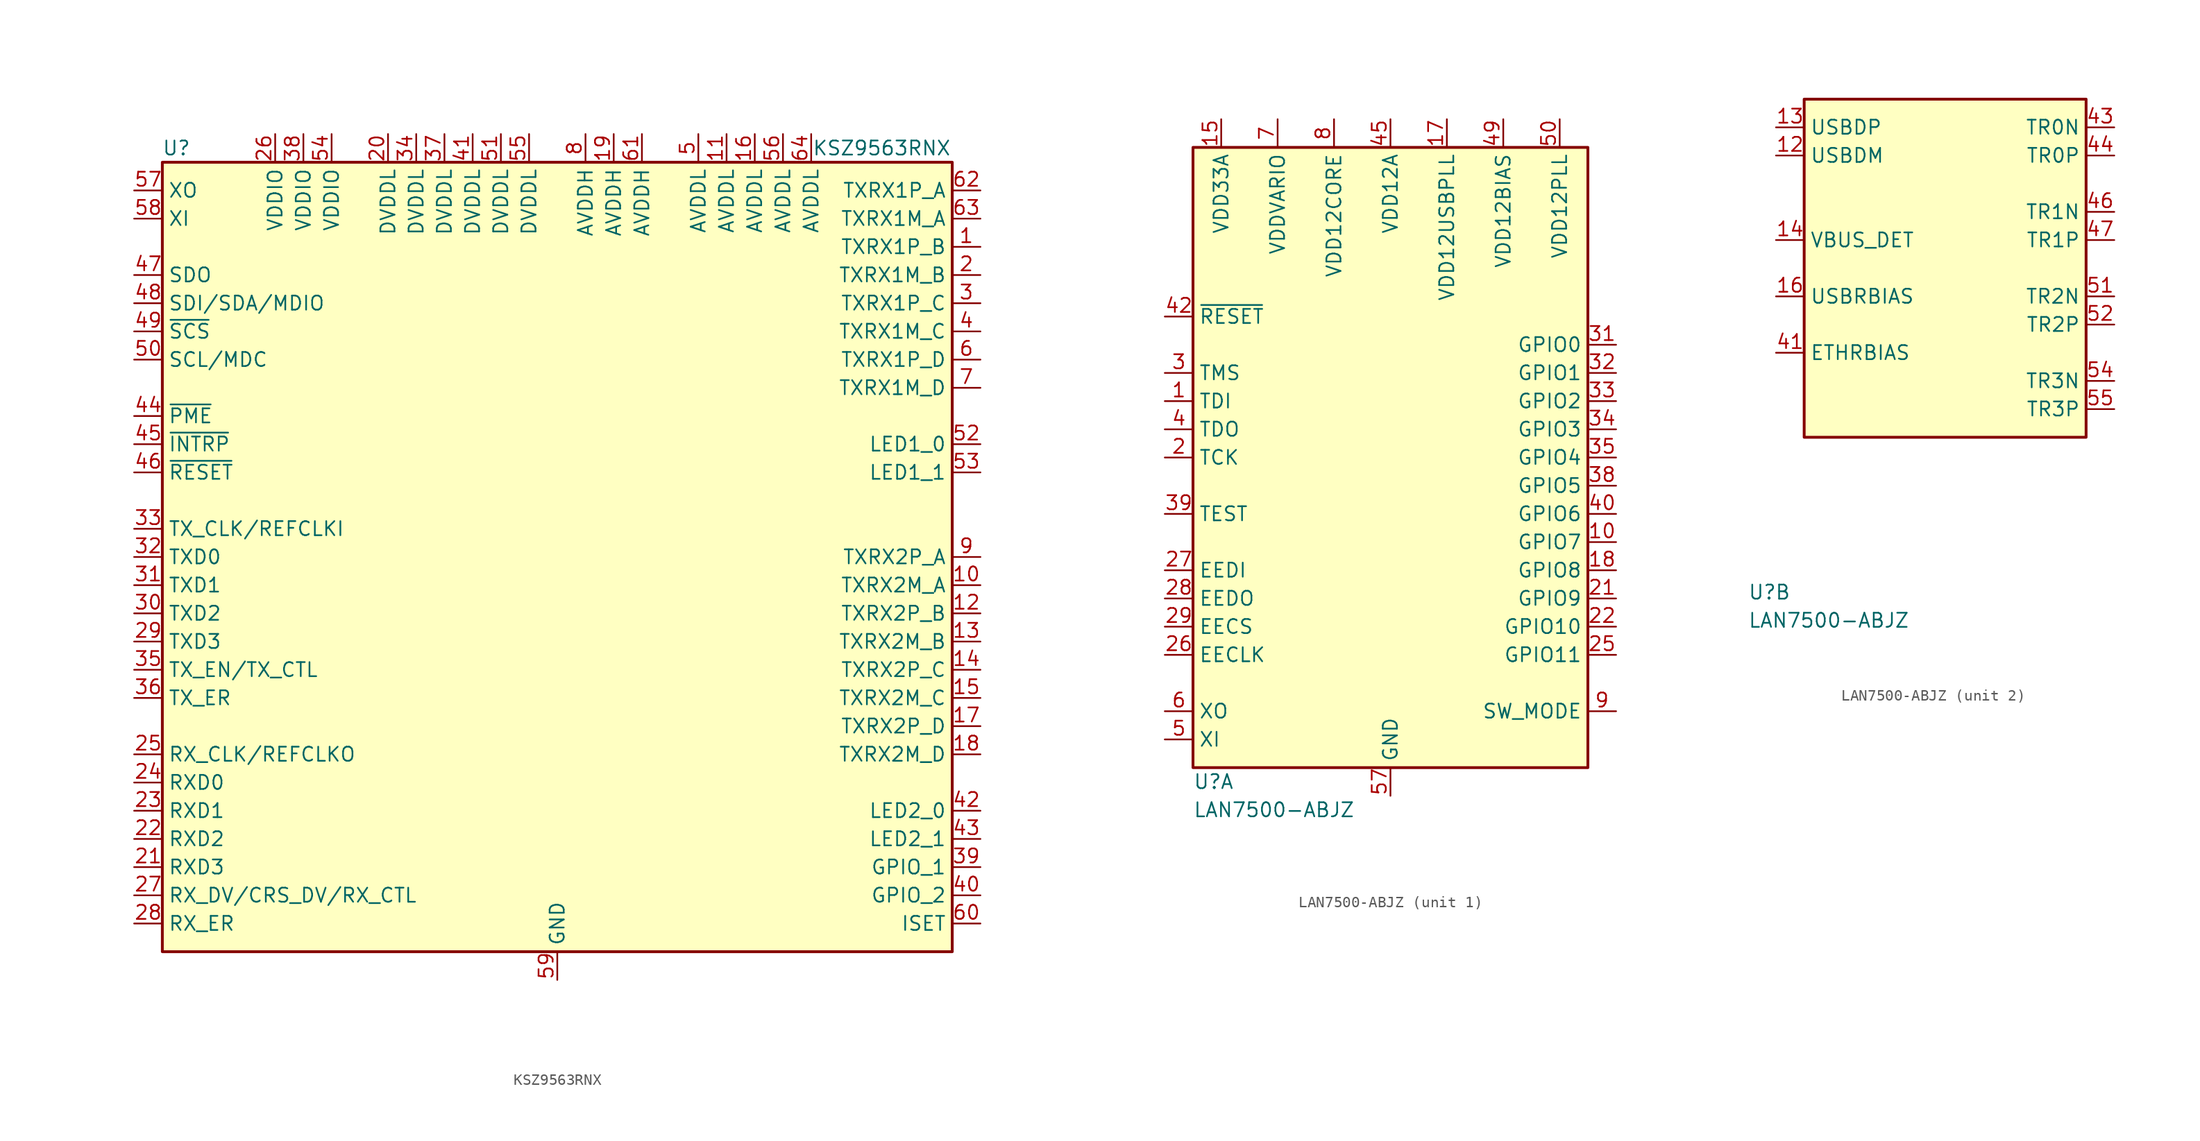
<source format=kicad_sym>
(kicad_symbol_lib
  (version 20201005)
  (generator kicad_symbol_editor)
  (symbol "KSZ9563RNX"
    (property "Reference" "U"
      (at -34.29 36.83 0)
      (effects (font (size 1.27 1.27))))
    (property "Value" "KSZ9563RNX"
      (at 29.21 36.83 0)
      (effects (font (size 1.27 1.27))))
    (symbol "KSZ9563RNX_0_1"
      (rectangle (start 35.56 -35.56) (end -35.56 35.56) (stroke (width 0.254)) (fill (type background))))
    (symbol "KSZ9563RNX_1_1"
      (pin passive line (at 38.1 27.94 180) (length 2.54) (name "TXRX1P_B" (effects (font (size 1.27 1.27)))) (number "1" (effects (font (size 1.27 1.27)))))
      (pin passive line (at 38.1 -2.54 180) (length 2.54) (name "TXRX2M_A" (effects (font (size 1.27 1.27)))) (number "10" (effects (font (size 1.27 1.27)))))
      (pin power_in line (at 15.24 38.1 270) (length 2.54) (name "AVDDL" (effects (font (size 1.27 1.27)))) (number "11" (effects (font (size 1.27 1.27)))))
      (pin passive line (at 38.1 -5.08 180) (length 2.54) (name "TXRX2P_B" (effects (font (size 1.27 1.27)))) (number "12" (effects (font (size 1.27 1.27)))))
      (pin passive line (at 38.1 -7.62 180) (length 2.54) (name "TXRX2M_B" (effects (font (size 1.27 1.27)))) (number "13" (effects (font (size 1.27 1.27)))))
      (pin passive line (at 38.1 -10.16 180) (length 2.54) (name "TXRX2P_C" (effects (font (size 1.27 1.27)))) (number "14" (effects (font (size 1.27 1.27)))))
      (pin passive line (at 38.1 -12.7 180) (length 2.54) (name "TXRX2M_C" (effects (font (size 1.27 1.27)))) (number "15" (effects (font (size 1.27 1.27)))))
      (pin power_in line (at 17.78 38.1 270) (length 2.54) (name "AVDDL" (effects (font (size 1.27 1.27)))) (number "16" (effects (font (size 1.27 1.27)))))
      (pin passive line (at 38.1 -15.24 180) (length 2.54) (name "TXRX2P_D" (effects (font (size 1.27 1.27)))) (number "17" (effects (font (size 1.27 1.27)))))
      (pin passive line (at 38.1 -17.78 180) (length 2.54) (name "TXRX2M_D" (effects (font (size 1.27 1.27)))) (number "18" (effects (font (size 1.27 1.27)))))
      (pin power_in line (at 5.08 38.1 270) (length 2.54) (name "AVDDH" (effects (font (size 1.27 1.27)))) (number "19" (effects (font (size 1.27 1.27)))))
      (pin passive line (at 38.1 25.4 180) (length 2.54) (name "TXRX1M_B" (effects (font (size 1.27 1.27)))) (number "2" (effects (font (size 1.27 1.27)))))
      (pin power_in line (at -15.24 38.1 270) (length 2.54) (name "DVDDL" (effects (font (size 1.27 1.27)))) (number "20" (effects (font (size 1.27 1.27)))))
      (pin output line (at -38.1 -27.94 0) (length 2.54) (name "RXD3" (effects (font (size 1.27 1.27)))) (number "21" (effects (font (size 1.27 1.27)))))
      (pin output line (at -38.1 -25.4 0) (length 2.54) (name "RXD2" (effects (font (size 1.27 1.27)))) (number "22" (effects (font (size 1.27 1.27)))))
      (pin output line (at -38.1 -22.86 0) (length 2.54) (name "RXD1" (effects (font (size 1.27 1.27)))) (number "23" (effects (font (size 1.27 1.27)))))
      (pin output line (at -38.1 -20.32 0) (length 2.54) (name "RXD0" (effects (font (size 1.27 1.27)))) (number "24" (effects (font (size 1.27 1.27)))))
      (pin bidirectional line (at -38.1 -17.78 0) (length 2.54) (name "RX_CLK/REFCLKO" (effects (font (size 1.27 1.27)))) (number "25" (effects (font (size 1.27 1.27)))))
      (pin power_in line (at -25.4 38.1 270) (length 2.54) (name "VDDIO" (effects (font (size 1.27 1.27)))) (number "26" (effects (font (size 1.27 1.27)))))
      (pin output line (at -38.1 -30.48 0) (length 2.54) (name "RX_DV/CRS_DV/RX_CTL" (effects (font (size 1.27 1.27)))) (number "27" (effects (font (size 1.27 1.27)))))
      (pin output line (at -38.1 -33.02 0) (length 2.54) (name "RX_ER" (effects (font (size 1.27 1.27)))) (number "28" (effects (font (size 1.27 1.27)))))
      (pin input line (at -38.1 -7.62 0) (length 2.54) (name "TXD3" (effects (font (size 1.27 1.27)))) (number "29" (effects (font (size 1.27 1.27)))))
      (pin passive line (at 38.1 22.86 180) (length 2.54) (name "TXRX1P_C" (effects (font (size 1.27 1.27)))) (number "3" (effects (font (size 1.27 1.27)))))
      (pin input line (at -38.1 -5.08 0) (length 2.54) (name "TXD2" (effects (font (size 1.27 1.27)))) (number "30" (effects (font (size 1.27 1.27)))))
      (pin input line (at -38.1 -2.54 0) (length 2.54) (name "TXD1" (effects (font (size 1.27 1.27)))) (number "31" (effects (font (size 1.27 1.27)))))
      (pin input line (at -38.1 0 0) (length 2.54) (name "TXD0" (effects (font (size 1.27 1.27)))) (number "32" (effects (font (size 1.27 1.27)))))
      (pin bidirectional line (at -38.1 2.54 0) (length 2.54) (name "TX_CLK/REFCLKI" (effects (font (size 1.27 1.27)))) (number "33" (effects (font (size 1.27 1.27)))))
      (pin power_in line (at -12.7 38.1 270) (length 2.54) (name "DVDDL" (effects (font (size 1.27 1.27)))) (number "34" (effects (font (size 1.27 1.27)))))
      (pin input line (at -38.1 -10.16 0) (length 2.54) (name "TX_EN/TX_CTL" (effects (font (size 1.27 1.27)))) (number "35" (effects (font (size 1.27 1.27)))))
      (pin input line (at -38.1 -12.7 0) (length 2.54) (name "TX_ER" (effects (font (size 1.27 1.27)))) (number "36" (effects (font (size 1.27 1.27)))))
      (pin power_in line (at -10.16 38.1 270) (length 2.54) (name "DVDDL" (effects (font (size 1.27 1.27)))) (number "37" (effects (font (size 1.27 1.27)))))
      (pin power_in line (at -22.86 38.1 270) (length 2.54) (name "VDDIO" (effects (font (size 1.27 1.27)))) (number "38" (effects (font (size 1.27 1.27)))))
      (pin bidirectional line (at 38.1 -27.94 180) (length 2.54) (name "GPIO_1" (effects (font (size 1.27 1.27)))) (number "39" (effects (font (size 1.27 1.27)))))
      (pin passive line (at 38.1 20.32 180) (length 2.54) (name "TXRX1M_C" (effects (font (size 1.27 1.27)))) (number "4" (effects (font (size 1.27 1.27)))))
      (pin bidirectional line (at 38.1 -30.48 180) (length 2.54) (name "GPIO_2" (effects (font (size 1.27 1.27)))) (number "40" (effects (font (size 1.27 1.27)))))
      (pin power_in line (at -7.62 38.1 270) (length 2.54) (name "DVDDL" (effects (font (size 1.27 1.27)))) (number "41" (effects (font (size 1.27 1.27)))))
      (pin output line (at 38.1 -22.86 180) (length 2.54) (name "LED2_0" (effects (font (size 1.27 1.27)))) (number "42" (effects (font (size 1.27 1.27)))))
      (pin output line (at 38.1 -25.4 180) (length 2.54) (name "LED2_1" (effects (font (size 1.27 1.27)))) (number "43" (effects (font (size 1.27 1.27)))))
      (pin output line (at -38.1 12.7 0) (length 2.54) (name "~PME" (effects (font (size 1.27 1.27)))) (number "44" (effects (font (size 1.27 1.27)))))
      (pin open_collector line (at -38.1 10.16 0) (length 2.54) (name "~INTRP" (effects (font (size 1.27 1.27)))) (number "45" (effects (font (size 1.27 1.27)))))
      (pin input line (at -38.1 7.62 0) (length 2.54) (name "~RESET" (effects (font (size 1.27 1.27)))) (number "46" (effects (font (size 1.27 1.27)))))
      (pin output line (at -38.1 25.4 0) (length 2.54) (name "SDO" (effects (font (size 1.27 1.27)))) (number "47" (effects (font (size 1.27 1.27)))))
      (pin bidirectional line (at -38.1 22.86 0) (length 2.54) (name "SDI/SDA/MDIO" (effects (font (size 1.27 1.27)))) (number "48" (effects (font (size 1.27 1.27)))))
      (pin input line (at -38.1 20.32 0) (length 2.54) (name "~SCS" (effects (font (size 1.27 1.27)))) (number "49" (effects (font (size 1.27 1.27)))))
      (pin power_in line (at 12.7 38.1 270) (length 2.54) (name "AVDDL" (effects (font (size 1.27 1.27)))) (number "5" (effects (font (size 1.27 1.27)))))
      (pin input line (at -38.1 17.78 0) (length 2.54) (name "SCL/MDC" (effects (font (size 1.27 1.27)))) (number "50" (effects (font (size 1.27 1.27)))))
      (pin power_in line (at -5.08 38.1 270) (length 2.54) (name "DVDDL" (effects (font (size 1.27 1.27)))) (number "51" (effects (font (size 1.27 1.27)))))
      (pin output line (at 38.1 10.16 180) (length 2.54) (name "LED1_0" (effects (font (size 1.27 1.27)))) (number "52" (effects (font (size 1.27 1.27)))))
      (pin output line (at 38.1 7.62 180) (length 2.54) (name "LED1_1" (effects (font (size 1.27 1.27)))) (number "53" (effects (font (size 1.27 1.27)))))
      (pin power_in line (at -20.32 38.1 270) (length 2.54) (name "VDDIO" (effects (font (size 1.27 1.27)))) (number "54" (effects (font (size 1.27 1.27)))))
      (pin power_in line (at -2.54 38.1 270) (length 2.54) (name "DVDDL" (effects (font (size 1.27 1.27)))) (number "55" (effects (font (size 1.27 1.27)))))
      (pin power_in line (at 20.32 38.1 270) (length 2.54) (name "AVDDL" (effects (font (size 1.27 1.27)))) (number "56" (effects (font (size 1.27 1.27)))))
      (pin output line (at -38.1 33.02 0) (length 2.54) (name "XO" (effects (font (size 1.27 1.27)))) (number "57" (effects (font (size 1.27 1.27)))))
      (pin input line (at -38.1 30.48 0) (length 2.54) (name "XI" (effects (font (size 1.27 1.27)))) (number "58" (effects (font (size 1.27 1.27)))))
      (pin power_in line (at 0 -38.1 90) (length 2.54) (name "GND" (effects (font (size 1.27 1.27)))) (number "59" (effects (font (size 1.27 1.27)))))
      (pin passive line (at 38.1 17.78 180) (length 2.54) (name "TXRX1P_D" (effects (font (size 1.27 1.27)))) (number "6" (effects (font (size 1.27 1.27)))))
      (pin passive line (at 38.1 -33.02 180) (length 2.54) (name "ISET" (effects (font (size 1.27 1.27)))) (number "60" (effects (font (size 1.27 1.27)))))
      (pin power_in line (at 7.62 38.1 270) (length 2.54) (name "AVDDH" (effects (font (size 1.27 1.27)))) (number "61" (effects (font (size 1.27 1.27)))))
      (pin passive line (at 38.1 33.02 180) (length 2.54) (name "TXRX1P_A" (effects (font (size 1.27 1.27)))) (number "62" (effects (font (size 1.27 1.27)))))
      (pin passive line (at 38.1 30.48 180) (length 2.54) (name "TXRX1M_A" (effects (font (size 1.27 1.27)))) (number "63" (effects (font (size 1.27 1.27)))))
      (pin power_in line (at 22.86 38.1 270) (length 2.54) (name "AVDDL" (effects (font (size 1.27 1.27)))) (number "64" (effects (font (size 1.27 1.27)))))
      (pin passive line (at 0 -38.1 90) (length 2.54) hide (name "GND" (effects (font (size 1.27 1.27)))) (number "65" (effects (font (size 1.27 1.27)))))
      (pin passive line (at 38.1 15.24 180) (length 2.54) (name "TXRX1M_D" (effects (font (size 1.27 1.27)))) (number "7" (effects (font (size 1.27 1.27)))))
      (pin power_in line (at 2.54 38.1 270) (length 2.54) (name "AVDDH" (effects (font (size 1.27 1.27)))) (number "8" (effects (font (size 1.27 1.27)))))
      (pin passive line (at 38.1 0 180) (length 2.54) (name "TXRX2P_A" (effects (font (size 1.27 1.27)))) (number "9" (effects (font (size 1.27 1.27)))))))
  (symbol "LAN7500-ABJZ"
    (property "Reference" "U"
      (at -17.78 -29.21 0)
      (effects (font (size 1.27 1.27)) (justify left)))
    (property "Value" "LAN7500-ABJZ"
      (at -17.78 -31.75 0)
      (effects (font (size 1.27 1.27)) (justify left)))
    (property "ki_locked" ""
      (at 0 0 0)
      (effects (font (size 1.27 1.27))))
    (symbol "LAN7500-ABJZ_1_1"
      (rectangle (start -17.78 27.94) (end 17.78 -27.94) (stroke (width 0.254)) (fill (type background)))
      (pin input line (at -20.32 5.08 0) (length 2.54) (name "TDI" (effects (font (size 1.27 1.27)))) (number "1" (effects (font (size 1.27 1.27)))))
      (pin bidirectional line (at 20.32 -7.62 180) (length 2.54) (name "GPIO7" (effects (font (size 1.27 1.27)))) (number "10" (effects (font (size 1.27 1.27)))))
      (pin passive line (at -5.08 30.48 270) (length 2.54) hide (name "VDD12CORE" (effects (font (size 1.27 1.27)))) (number "11" (effects (font (size 1.27 1.27)))))
      (pin power_in line (at -15.24 30.48 270) (length 2.54) (name "VDD33A" (effects (font (size 1.27 1.27)))) (number "15" (effects (font (size 1.27 1.27)))))
      (pin power_in line (at 5.08 30.48 270) (length 2.54) (name "VDD12USBPLL" (effects (font (size 1.27 1.27)))) (number "17" (effects (font (size 1.27 1.27)))))
      (pin bidirectional line (at 20.32 -10.16 180) (length 2.54) (name "GPIO8" (effects (font (size 1.27 1.27)))) (number "18" (effects (font (size 1.27 1.27)))))
      (pin passive line (at -10.16 30.48 270) (length 2.54) hide (name "VDDVARIO" (effects (font (size 1.27 1.27)))) (number "19" (effects (font (size 1.27 1.27)))))
      (pin input line (at -20.32 0 0) (length 2.54) (name "TCK" (effects (font (size 1.27 1.27)))) (number "2" (effects (font (size 1.27 1.27)))))
      (pin passive line (at -5.08 30.48 270) (length 2.54) hide (name "VDD12CORE" (effects (font (size 1.27 1.27)))) (number "20" (effects (font (size 1.27 1.27)))))
      (pin bidirectional line (at 20.32 -12.7 180) (length 2.54) (name "GPIO9" (effects (font (size 1.27 1.27)))) (number "21" (effects (font (size 1.27 1.27)))))
      (pin bidirectional line (at 20.32 -15.24 180) (length 2.54) (name "GPIO10" (effects (font (size 1.27 1.27)))) (number "22" (effects (font (size 1.27 1.27)))))
      (pin passive line (at -5.08 30.48 270) (length 2.54) hide (name "VDD12CORE" (effects (font (size 1.27 1.27)))) (number "23" (effects (font (size 1.27 1.27)))))
      (pin passive line (at -10.16 30.48 270) (length 2.54) hide (name "VDDVARIO" (effects (font (size 1.27 1.27)))) (number "24" (effects (font (size 1.27 1.27)))))
      (pin bidirectional line (at 20.32 -17.78 180) (length 2.54) (name "GPIO11" (effects (font (size 1.27 1.27)))) (number "25" (effects (font (size 1.27 1.27)))))
      (pin output line (at -20.32 -17.78 0) (length 2.54) (name "EECLK" (effects (font (size 1.27 1.27)))) (number "26" (effects (font (size 1.27 1.27)))))
      (pin input line (at -20.32 -10.16 0) (length 2.54) (name "EEDI" (effects (font (size 1.27 1.27)))) (number "27" (effects (font (size 1.27 1.27)))))
      (pin output line (at -20.32 -12.7 0) (length 2.54) (name "EEDO" (effects (font (size 1.27 1.27)))) (number "28" (effects (font (size 1.27 1.27)))))
      (pin output line (at -20.32 -15.24 0) (length 2.54) (name "EECS" (effects (font (size 1.27 1.27)))) (number "29" (effects (font (size 1.27 1.27)))))
      (pin input line (at -20.32 7.62 0) (length 2.54) (name "TMS" (effects (font (size 1.27 1.27)))) (number "3" (effects (font (size 1.27 1.27)))))
      (pin passive line (at -5.08 30.48 270) (length 2.54) hide (name "VDD12CORE" (effects (font (size 1.27 1.27)))) (number "30" (effects (font (size 1.27 1.27)))))
      (pin bidirectional line (at 20.32 10.16 180) (length 2.54) (name "GPIO0" (effects (font (size 1.27 1.27)))) (number "31" (effects (font (size 1.27 1.27)))))
      (pin bidirectional line (at 20.32 7.62 180) (length 2.54) (name "GPIO1" (effects (font (size 1.27 1.27)))) (number "32" (effects (font (size 1.27 1.27)))))
      (pin bidirectional line (at 20.32 5.08 180) (length 2.54) (name "GPIO2" (effects (font (size 1.27 1.27)))) (number "33" (effects (font (size 1.27 1.27)))))
      (pin bidirectional line (at 20.32 2.54 180) (length 2.54) (name "GPIO3" (effects (font (size 1.27 1.27)))) (number "34" (effects (font (size 1.27 1.27)))))
      (pin bidirectional line (at 20.32 0 180) (length 2.54) (name "GPIO4" (effects (font (size 1.27 1.27)))) (number "35" (effects (font (size 1.27 1.27)))))
      (pin passive line (at -5.08 30.48 270) (length 2.54) hide (name "VDD12CORE" (effects (font (size 1.27 1.27)))) (number "36" (effects (font (size 1.27 1.27)))))
      (pin passive line (at -10.16 30.48 270) (length 2.54) hide (name "VDDVARIO" (effects (font (size 1.27 1.27)))) (number "37" (effects (font (size 1.27 1.27)))))
      (pin bidirectional line (at 20.32 -2.54 180) (length 2.54) (name "GPIO5" (effects (font (size 1.27 1.27)))) (number "38" (effects (font (size 1.27 1.27)))))
      (pin input line (at -20.32 -5.08 0) (length 2.54) (name "TEST" (effects (font (size 1.27 1.27)))) (number "39" (effects (font (size 1.27 1.27)))))
      (pin output line (at -20.32 2.54 0) (length 2.54) (name "TDO" (effects (font (size 1.27 1.27)))) (number "4" (effects (font (size 1.27 1.27)))))
      (pin bidirectional line (at 20.32 -5.08 180) (length 2.54) (name "GPIO6" (effects (font (size 1.27 1.27)))) (number "40" (effects (font (size 1.27 1.27)))))
      (pin input line (at -20.32 12.7 0) (length 2.54) (name "~RESET" (effects (font (size 1.27 1.27)))) (number "42" (effects (font (size 1.27 1.27)))))
      (pin power_in line (at 0 30.48 270) (length 2.54) (name "VDD12A" (effects (font (size 1.27 1.27)))) (number "45" (effects (font (size 1.27 1.27)))))
      (pin passive line (at 0 30.48 270) (length 2.54) hide (name "VDD12A" (effects (font (size 1.27 1.27)))) (number "48" (effects (font (size 1.27 1.27)))))
      (pin power_in line (at 10.16 30.48 270) (length 2.54) (name "VDD12BIAS" (effects (font (size 1.27 1.27)))) (number "49" (effects (font (size 1.27 1.27)))))
      (pin input line (at -20.32 -25.4 0) (length 2.54) (name "XI" (effects (font (size 1.27 1.27)))) (number "5" (effects (font (size 1.27 1.27)))))
      (pin power_in line (at 15.24 30.48 270) (length 2.54) (name "VDD12PLL" (effects (font (size 1.27 1.27)))) (number "50" (effects (font (size 1.27 1.27)))))
      (pin passive line (at 0 30.48 270) (length 2.54) hide (name "VDD12A" (effects (font (size 1.27 1.27)))) (number "53" (effects (font (size 1.27 1.27)))))
      (pin passive line (at 0 30.48 270) (length 2.54) hide (name "VDD12A" (effects (font (size 1.27 1.27)))) (number "56" (effects (font (size 1.27 1.27)))))
      (pin power_in line (at 0 -30.48 90) (length 2.54) (name "GND" (effects (font (size 1.27 1.27)))) (number "57" (effects (font (size 1.27 1.27)))))
      (pin output line (at -20.32 -22.86 0) (length 2.54) (name "XO" (effects (font (size 1.27 1.27)))) (number "6" (effects (font (size 1.27 1.27)))))
      (pin power_in line (at -10.16 30.48 270) (length 2.54) (name "VDDVARIO" (effects (font (size 1.27 1.27)))) (number "7" (effects (font (size 1.27 1.27)))))
      (pin power_in line (at -5.08 30.48 270) (length 2.54) (name "VDD12CORE" (effects (font (size 1.27 1.27)))) (number "8" (effects (font (size 1.27 1.27)))))
      (pin output line (at 20.32 -22.86 180) (length 2.54) (name "SW_MODE" (effects (font (size 1.27 1.27)))) (number "9" (effects (font (size 1.27 1.27))))))
    (symbol "LAN7500-ABJZ_2_1"
      (rectangle (start 12.7 -15.24) (end -12.7 15.24) (stroke (width 0.254)) (fill (type background)))
      (pin bidirectional line (at -15.24 10.16 0) (length 2.54) (name "USBDM" (effects (font (size 1.27 1.27)))) (number "12" (effects (font (size 1.27 1.27)))))
      (pin bidirectional line (at -15.24 12.7 0) (length 2.54) (name "USBDP" (effects (font (size 1.27 1.27)))) (number "13" (effects (font (size 1.27 1.27)))))
      (pin input line (at -15.24 2.54 0) (length 2.54) (name "VBUS_DET" (effects (font (size 1.27 1.27)))) (number "14" (effects (font (size 1.27 1.27)))))
      (pin passive line (at -15.24 -2.54 0) (length 2.54) (name "USBRBIAS" (effects (font (size 1.27 1.27)))) (number "16" (effects (font (size 1.27 1.27)))))
      (pin passive line (at -15.24 -7.62 0) (length 2.54) (name "ETHRBIAS" (effects (font (size 1.27 1.27)))) (number "41" (effects (font (size 1.27 1.27)))))
      (pin bidirectional line (at 15.24 12.7 180) (length 2.54) (name "TR0N" (effects (font (size 1.27 1.27)))) (number "43" (effects (font (size 1.27 1.27)))))
      (pin bidirectional line (at 15.24 10.16 180) (length 2.54) (name "TR0P" (effects (font (size 1.27 1.27)))) (number "44" (effects (font (size 1.27 1.27)))))
      (pin bidirectional line (at 15.24 5.08 180) (length 2.54) (name "TR1N" (effects (font (size 1.27 1.27)))) (number "46" (effects (font (size 1.27 1.27)))))
      (pin bidirectional line (at 15.24 2.54 180) (length 2.54) (name "TR1P" (effects (font (size 1.27 1.27)))) (number "47" (effects (font (size 1.27 1.27)))))
      (pin bidirectional line (at 15.24 -2.54 180) (length 2.54) (name "TR2N" (effects (font (size 1.27 1.27)))) (number "51" (effects (font (size 1.27 1.27)))))
      (pin bidirectional line (at 15.24 -5.08 180) (length 2.54) (name "TR2P" (effects (font (size 1.27 1.27)))) (number "52" (effects (font (size 1.27 1.27)))))
      (pin bidirectional line (at 15.24 -10.16 180) (length 2.54) (name "TR3N" (effects (font (size 1.27 1.27)))) (number "54" (effects (font (size 1.27 1.27)))))
      (pin bidirectional line (at 15.24 -12.7 180) (length 2.54) (name "TR3P" (effects (font (size 1.27 1.27)))) (number "55" (effects (font (size 1.27 1.27))))))))
</source>
